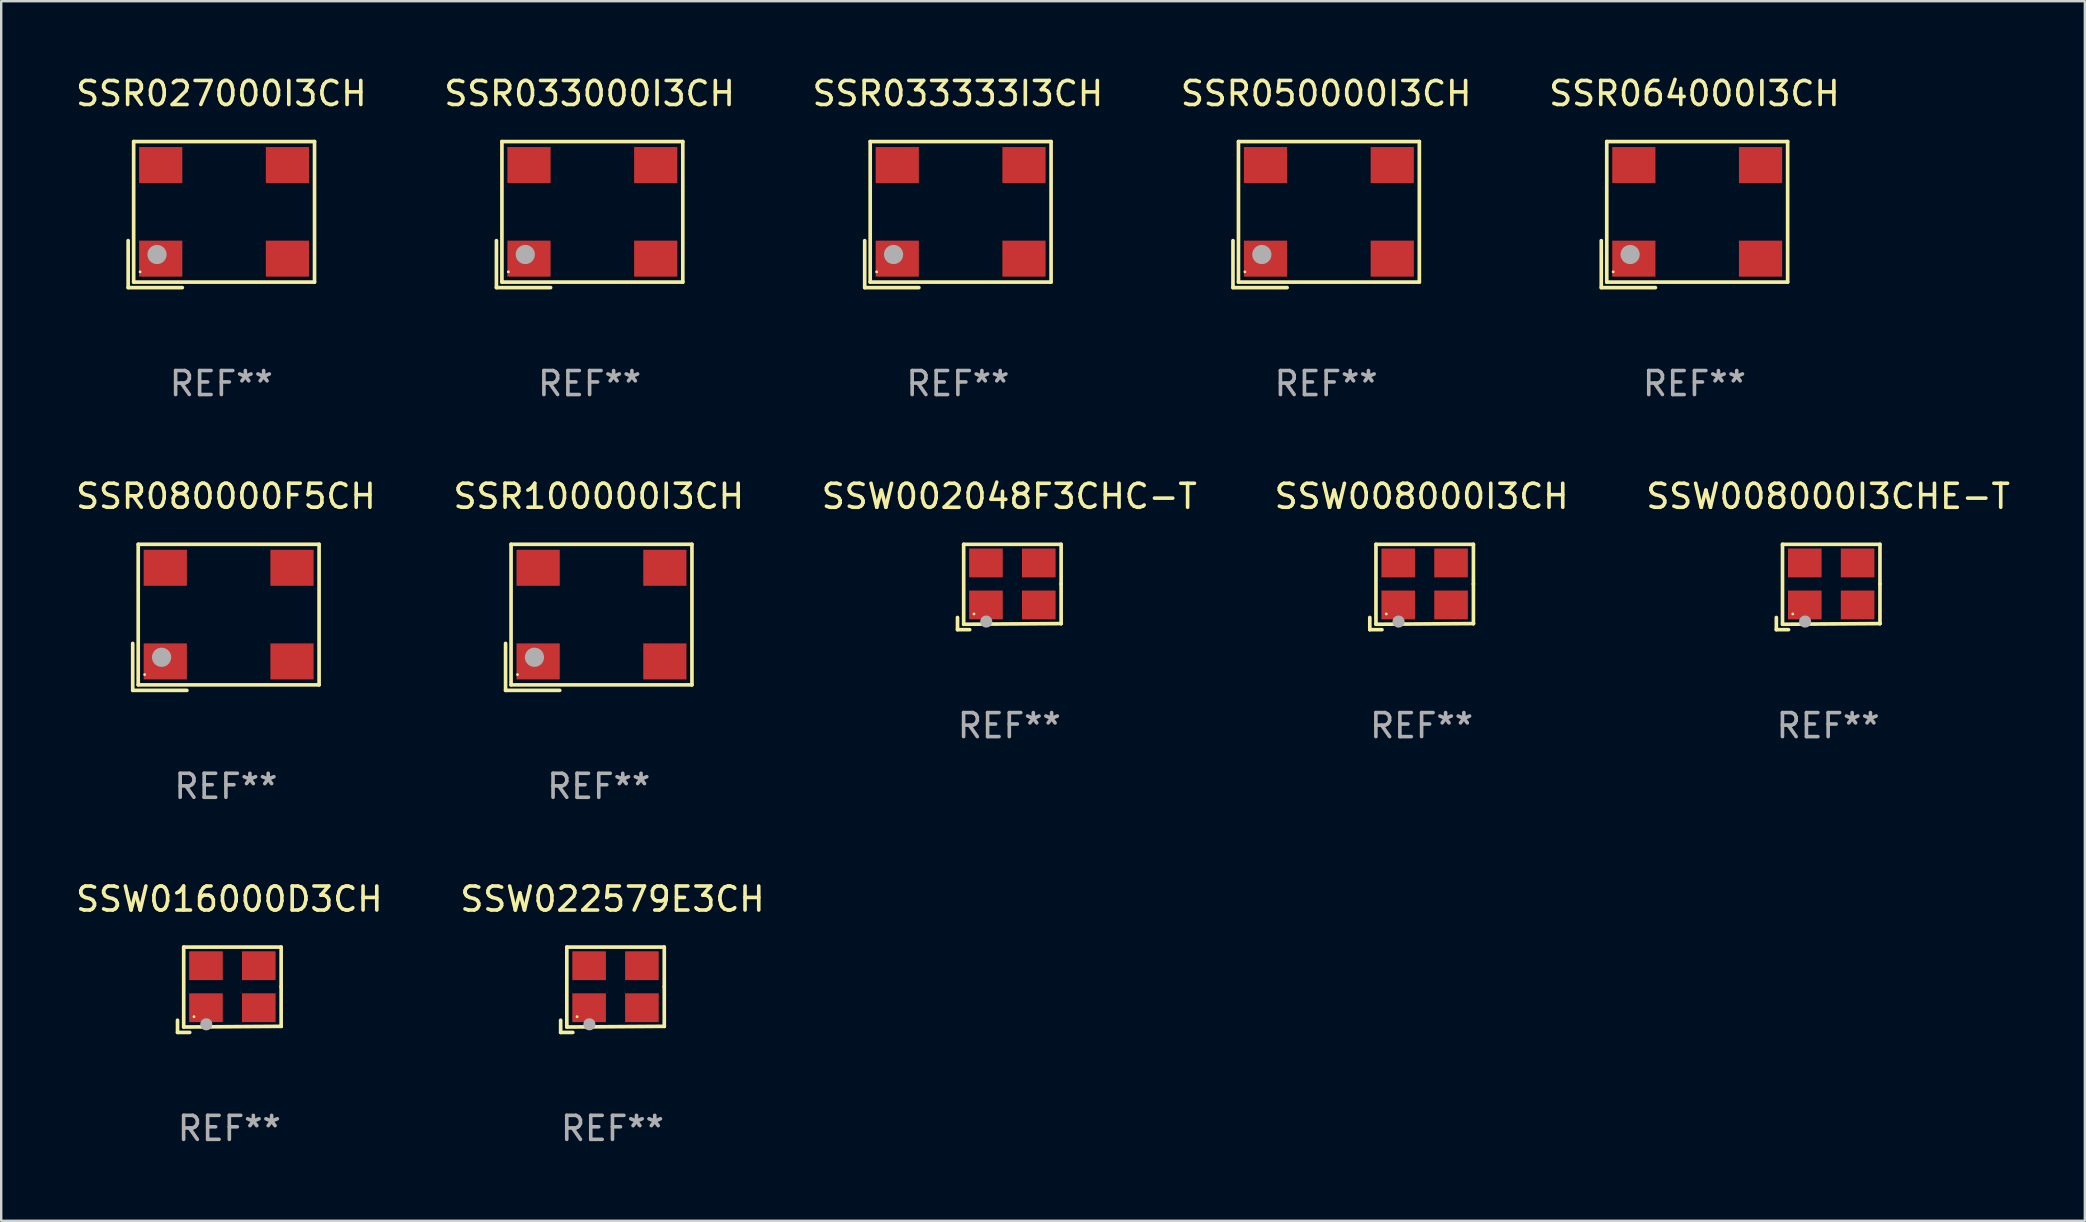
<source format=kicad_pcb>
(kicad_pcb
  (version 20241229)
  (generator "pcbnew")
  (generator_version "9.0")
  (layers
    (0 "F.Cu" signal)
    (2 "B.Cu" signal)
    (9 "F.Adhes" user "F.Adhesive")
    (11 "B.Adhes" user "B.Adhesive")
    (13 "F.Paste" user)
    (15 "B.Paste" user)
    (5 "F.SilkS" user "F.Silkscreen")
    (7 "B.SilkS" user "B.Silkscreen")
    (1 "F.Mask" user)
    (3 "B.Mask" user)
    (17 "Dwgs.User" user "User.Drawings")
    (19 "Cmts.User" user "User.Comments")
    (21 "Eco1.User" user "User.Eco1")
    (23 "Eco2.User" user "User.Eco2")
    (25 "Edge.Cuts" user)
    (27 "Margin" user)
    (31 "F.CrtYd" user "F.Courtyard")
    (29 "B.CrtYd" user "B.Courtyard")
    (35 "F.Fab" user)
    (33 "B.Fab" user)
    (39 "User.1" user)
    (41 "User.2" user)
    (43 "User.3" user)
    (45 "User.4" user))
  (footprint "SSR033000I3CH"
    (layer "F.Cu")
    (at 21.518 5.891)
    (property "Reference" "SSR033000I3CH" (at 0 -5.043 0) (layer "F.SilkS") (effects (font (size 1 1) (thickness 0.15))))
    (attr through_hole)
    (fp_line (start -3.883 1.086) (end -3.883 3.043) (stroke (width 0.152) (type solid)) (layer "F.SilkS"))
    (fp_line (start -3.883 3.043) (end -1.626 3.043) (stroke (width 0.152) (type solid)) (layer "F.SilkS"))
    (fp_line (start -3.654 -3.043) (end 3.883 -3.043) (stroke (width 0.152) (type solid)) (layer "F.SilkS"))
    (fp_line (start -3.654 2.814) (end -3.654 -3.043) (stroke (width 0.152) (type solid)) (layer "F.SilkS"))
    (fp_line (start 3.883 -3.043) (end 3.883 2.814) (stroke (width 0.152) (type solid)) (layer "F.SilkS"))
    (fp_line (start 3.883 2.814) (end -3.654 2.814) (stroke (width 0.152) (type solid)) (layer "F.SilkS"))
    (fp_circle (center -3.386 2.386) (end -3.356 2.386) (stroke (width 0.06) (type solid)) (fill no) (layer "F.SilkS"))
    (fp_circle (center -2.68 1.664) (end -2.48 1.664) (stroke (width 0.4) (type solid)) (fill no) (layer "F.Fab"))
    (fp_text user "REF**" (at 0 7.043 0) (layer "F.Fab") (effects (font (size 1 1) (thickness 0.15))))
    (pad "1" smd rect (at -2.526 1.836) (size 1.8 1.5) (layers "F.Cu" "F.Mask" "F.Paste"))
    (pad "2" smd rect (at 2.754 1.836) (size 1.8 1.5) (layers "F.Cu" "F.Mask" "F.Paste"))
    (pad "3" smd rect (at 2.754 -2.064) (size 1.8 1.5) (layers "F.Cu" "F.Mask" "F.Paste"))
    (pad "4" smd rect (at -2.526 -2.064) (size 1.8 1.5) (layers "F.Cu" "F.Mask" "F.Paste")))
  (footprint "SSW008000I3CHE-T"
    (layer "F.Cu")
    (at 73.125 21.409)
    (property "Reference" "SSW008000I3CHE-T" (at 0 -3.778 0) (layer "F.SilkS") (effects (font (size 1 1) (thickness 0.15))))
    (attr through_hole)
    (fp_line (start -2.159 1.27) (end -2.159 1.778) (stroke (width 0.152) (type solid)) (layer "F.SilkS"))
    (fp_line (start -2.159 1.778) (end -1.651 1.778) (stroke (width 0.152) (type solid)) (layer "F.SilkS"))
    (fp_line (start -1.902 -1.778) (end 2.159 -1.778) (stroke (width 0.152) (type solid)) (layer "F.SilkS"))
    (fp_line (start -1.902 1.552) (end -1.902 -1.778) (stroke (width 0.152) (type solid)) (layer "F.SilkS"))
    (fp_line (start 2.159 -1.778) (end 2.159 -0.127) (stroke (width 0.152) (type solid)) (layer "F.SilkS"))
    (fp_line (start 2.159 -0.127) (end 2.159 1.524) (stroke (width 0.152) (type solid)) (layer "F.SilkS"))
    (fp_line (start 2.159 1.524) (end -1.902 1.552) (stroke (width 0.152) (type solid)) (layer "F.SilkS"))
    (fp_line (start 2.159 1.524) (end 2.159 1.524) (stroke (width 0.152) (type solid)) (layer "F.SilkS"))
    (fp_circle (center -1.473 1.123) (end -1.443 1.123) (stroke (width 0.06) (type solid)) (fill no) (layer "F.SilkS"))
    (fp_circle (center -0.961 1.44) (end -0.834 1.44) (stroke (width 0.254) (type solid)) (fill no) (layer "F.Fab"))
    (fp_text user "REF**" (at 0 5.778 0) (layer "F.Fab") (effects (font (size 1 1) (thickness 0.15))))
    (pad "1" smd rect (at -0.973 0.748) (size 1.4 1.2) (layers "F.Cu" "F.Mask" "F.Paste"))
    (pad "2" smd rect (at 1.227 0.748) (size 1.4 1.2) (layers "F.Cu" "F.Mask" "F.Paste"))
    (pad "3" smd rect (at 1.227 -1.002) (size 1.4 1.2) (layers "F.Cu" "F.Mask" "F.Paste"))
    (pad "4" smd rect (at -0.973 -1.002) (size 1.4 1.2) (layers "F.Cu" "F.Mask" "F.Paste")))
  (footprint "SSW008000I3CH"
    (layer "F.Cu")
    (at 56.185 21.409)
    (property "Reference" "SSW008000I3CH" (at 0 -3.778 0) (layer "F.SilkS") (effects (font (size 1 1) (thickness 0.15))))
    (attr through_hole)
    (fp_line (start -2.159 1.27) (end -2.159 1.778) (stroke (width 0.152) (type solid)) (layer "F.SilkS"))
    (fp_line (start -2.159 1.778) (end -1.651 1.778) (stroke (width 0.152) (type solid)) (layer "F.SilkS"))
    (fp_line (start -1.902 -1.778) (end 2.159 -1.778) (stroke (width 0.152) (type solid)) (layer "F.SilkS"))
    (fp_line (start -1.902 1.552) (end -1.902 -1.778) (stroke (width 0.152) (type solid)) (layer "F.SilkS"))
    (fp_line (start 2.159 -1.778) (end 2.159 -0.127) (stroke (width 0.152) (type solid)) (layer "F.SilkS"))
    (fp_line (start 2.159 -0.127) (end 2.159 1.524) (stroke (width 0.152) (type solid)) (layer "F.SilkS"))
    (fp_line (start 2.159 1.524) (end -1.902 1.552) (stroke (width 0.152) (type solid)) (layer "F.SilkS"))
    (fp_line (start 2.159 1.524) (end 2.159 1.524) (stroke (width 0.152) (type solid)) (layer "F.SilkS"))
    (fp_circle (center -1.473 1.123) (end -1.443 1.123) (stroke (width 0.06) (type solid)) (fill no) (layer "F.SilkS"))
    (fp_circle (center -0.961 1.44) (end -0.834 1.44) (stroke (width 0.254) (type solid)) (fill no) (layer "F.Fab"))
    (fp_text user "REF**" (at 0 5.778 0) (layer "F.Fab") (effects (font (size 1 1) (thickness 0.15))))
    (pad "1" smd rect (at -0.973 0.748) (size 1.4 1.2) (layers "F.Cu" "F.Mask" "F.Paste"))
    (pad "2" smd rect (at 1.227 0.748) (size 1.4 1.2) (layers "F.Cu" "F.Mask" "F.Paste"))
    (pad "3" smd rect (at 1.227 -1.002) (size 1.4 1.2) (layers "F.Cu" "F.Mask" "F.Paste"))
    (pad "4" smd rect (at -0.973 -1.002) (size 1.4 1.2) (layers "F.Cu" "F.Mask" "F.Paste")))
  (footprint "SSR100000I3CH"
    (layer "F.Cu")
    (at 21.899 22.673)
    (property "Reference" "SSR100000I3CH" (at 0 -5.043 0) (layer "F.SilkS") (effects (font (size 1 1) (thickness 0.15))))
    (attr through_hole)
    (fp_line (start -3.883 1.086) (end -3.883 3.043) (stroke (width 0.152) (type solid)) (layer "F.SilkS"))
    (fp_line (start -3.883 3.043) (end -1.626 3.043) (stroke (width 0.152) (type solid)) (layer "F.SilkS"))
    (fp_line (start -3.654 -3.043) (end 3.883 -3.043) (stroke (width 0.152) (type solid)) (layer "F.SilkS"))
    (fp_line (start -3.654 2.814) (end -3.654 -3.043) (stroke (width 0.152) (type solid)) (layer "F.SilkS"))
    (fp_line (start 3.883 -3.043) (end 3.883 2.814) (stroke (width 0.152) (type solid)) (layer "F.SilkS"))
    (fp_line (start 3.883 2.814) (end -3.654 2.814) (stroke (width 0.152) (type solid)) (layer "F.SilkS"))
    (fp_circle (center -3.386 2.386) (end -3.356 2.386) (stroke (width 0.06) (type solid)) (fill no) (layer "F.SilkS"))
    (fp_circle (center -2.68 1.664) (end -2.48 1.664) (stroke (width 0.4) (type solid)) (fill no) (layer "F.Fab"))
    (fp_text user "REF**" (at 0 7.043 0) (layer "F.Fab") (effects (font (size 1 1) (thickness 0.15))))
    (pad "1" smd rect (at -2.526 1.836) (size 1.8 1.5) (layers "F.Cu" "F.Mask" "F.Paste"))
    (pad "2" smd rect (at 2.754 1.836) (size 1.8 1.5) (layers "F.Cu" "F.Mask" "F.Paste"))
    (pad "3" smd rect (at 2.754 -2.064) (size 1.8 1.5) (layers "F.Cu" "F.Mask" "F.Paste"))
    (pad "4" smd rect (at -2.526 -2.064) (size 1.8 1.5) (layers "F.Cu" "F.Mask" "F.Paste")))
  (footprint "SSW002048F3CHC-T"
    (layer "F.Cu")
    (at 39.006 21.409)
    (property "Reference" "SSW002048F3CHC-T" (at 0 -3.778 0) (layer "F.SilkS") (effects (font (size 1 1) (thickness 0.15))))
    (attr through_hole)
    (fp_line (start -2.159 1.27) (end -2.159 1.778) (stroke (width 0.152) (type solid)) (layer "F.SilkS"))
    (fp_line (start -2.159 1.778) (end -1.651 1.778) (stroke (width 0.152) (type solid)) (layer "F.SilkS"))
    (fp_line (start -1.902 -1.778) (end 2.159 -1.778) (stroke (width 0.152) (type solid)) (layer "F.SilkS"))
    (fp_line (start -1.902 1.552) (end -1.902 -1.778) (stroke (width 0.152) (type solid)) (layer "F.SilkS"))
    (fp_line (start 2.159 -1.778) (end 2.159 -0.127) (stroke (width 0.152) (type solid)) (layer "F.SilkS"))
    (fp_line (start 2.159 -0.127) (end 2.159 1.524) (stroke (width 0.152) (type solid)) (layer "F.SilkS"))
    (fp_line (start 2.159 1.524) (end -1.902 1.552) (stroke (width 0.152) (type solid)) (layer "F.SilkS"))
    (fp_line (start 2.159 1.524) (end 2.159 1.524) (stroke (width 0.152) (type solid)) (layer "F.SilkS"))
    (fp_circle (center -1.473 1.123) (end -1.443 1.123) (stroke (width 0.06) (type solid)) (fill no) (layer "F.SilkS"))
    (fp_circle (center -0.961 1.44) (end -0.834 1.44) (stroke (width 0.254) (type solid)) (fill no) (layer "F.Fab"))
    (fp_text user "REF**" (at 0 5.778 0) (layer "F.Fab") (effects (font (size 1 1) (thickness 0.15))))
    (pad "1" smd rect (at -0.973 0.748) (size 1.4 1.2) (layers "F.Cu" "F.Mask" "F.Paste"))
    (pad "2" smd rect (at 1.227 0.748) (size 1.4 1.2) (layers "F.Cu" "F.Mask" "F.Paste"))
    (pad "3" smd rect (at 1.227 -1.002) (size 1.4 1.2) (layers "F.Cu" "F.Mask" "F.Paste"))
    (pad "4" smd rect (at -0.973 -1.002) (size 1.4 1.2) (layers "F.Cu" "F.Mask" "F.Paste")))
  (footprint "SSR080000F5CH"
    (layer "F.Cu")
    (at 6.363 22.673)
    (property "Reference" "SSR080000F5CH" (at 0 -5.043 0) (layer "F.SilkS") (effects (font (size 1 1) (thickness 0.15))))
    (attr through_hole)
    (fp_line (start -3.883 1.086) (end -3.883 3.043) (stroke (width 0.152) (type solid)) (layer "F.SilkS"))
    (fp_line (start -3.883 3.043) (end -1.626 3.043) (stroke (width 0.152) (type solid)) (layer "F.SilkS"))
    (fp_line (start -3.654 -3.043) (end 3.883 -3.043) (stroke (width 0.152) (type solid)) (layer "F.SilkS"))
    (fp_line (start -3.654 2.814) (end -3.654 -3.043) (stroke (width 0.152) (type solid)) (layer "F.SilkS"))
    (fp_line (start 3.883 -3.043) (end 3.883 2.814) (stroke (width 0.152) (type solid)) (layer "F.SilkS"))
    (fp_line (start 3.883 2.814) (end -3.654 2.814) (stroke (width 0.152) (type solid)) (layer "F.SilkS"))
    (fp_circle (center -3.386 2.386) (end -3.356 2.386) (stroke (width 0.06) (type solid)) (fill no) (layer "F.SilkS"))
    (fp_circle (center -2.68 1.664) (end -2.48 1.664) (stroke (width 0.4) (type solid)) (fill no) (layer "F.Fab"))
    (fp_text user "REF**" (at 0 7.043 0) (layer "F.Fab") (effects (font (size 1 1) (thickness 0.15))))
    (pad "1" smd rect (at -2.526 1.836) (size 1.8 1.5) (layers "F.Cu" "F.Mask" "F.Paste"))
    (pad "2" smd rect (at 2.754 1.836) (size 1.8 1.5) (layers "F.Cu" "F.Mask" "F.Paste"))
    (pad "3" smd rect (at 2.754 -2.064) (size 1.8 1.5) (layers "F.Cu" "F.Mask" "F.Paste"))
    (pad "4" smd rect (at -2.526 -2.064) (size 1.8 1.5) (layers "F.Cu" "F.Mask" "F.Paste")))
  (footprint "SSR033333I3CH"
    (layer "F.Cu")
    (at 36.863 5.891)
    (property "Reference" "SSR033333I3CH" (at 0 -5.043 0) (layer "F.SilkS") (effects (font (size 1 1) (thickness 0.15))))
    (attr through_hole)
    (fp_line (start -3.883 1.086) (end -3.883 3.043) (stroke (width 0.152) (type solid)) (layer "F.SilkS"))
    (fp_line (start -3.883 3.043) (end -1.626 3.043) (stroke (width 0.152) (type solid)) (layer "F.SilkS"))
    (fp_line (start -3.654 -3.043) (end 3.883 -3.043) (stroke (width 0.152) (type solid)) (layer "F.SilkS"))
    (fp_line (start -3.654 2.814) (end -3.654 -3.043) (stroke (width 0.152) (type solid)) (layer "F.SilkS"))
    (fp_line (start 3.883 -3.043) (end 3.883 2.814) (stroke (width 0.152) (type solid)) (layer "F.SilkS"))
    (fp_line (start 3.883 2.814) (end -3.654 2.814) (stroke (width 0.152) (type solid)) (layer "F.SilkS"))
    (fp_circle (center -3.386 2.386) (end -3.356 2.386) (stroke (width 0.06) (type solid)) (fill no) (layer "F.SilkS"))
    (fp_circle (center -2.68 1.664) (end -2.48 1.664) (stroke (width 0.4) (type solid)) (fill no) (layer "F.Fab"))
    (fp_text user "REF**" (at 0 7.043 0) (layer "F.Fab") (effects (font (size 1 1) (thickness 0.15))))
    (pad "1" smd rect (at -2.526 1.836) (size 1.8 1.5) (layers "F.Cu" "F.Mask" "F.Paste"))
    (pad "2" smd rect (at 2.754 1.836) (size 1.8 1.5) (layers "F.Cu" "F.Mask" "F.Paste"))
    (pad "3" smd rect (at 2.754 -2.064) (size 1.8 1.5) (layers "F.Cu" "F.Mask" "F.Paste"))
    (pad "4" smd rect (at -2.526 -2.064) (size 1.8 1.5) (layers "F.Cu" "F.Mask" "F.Paste")))
  (footprint "SSW022579E3CH"
    (layer "F.Cu")
    (at 22.47 38.191)
    (property "Reference" "SSW022579E3CH" (at 0 -3.778 0) (layer "F.SilkS") (effects (font (size 1 1) (thickness 0.15))))
    (attr through_hole)
    (fp_line (start -2.159 1.27) (end -2.159 1.778) (stroke (width 0.152) (type solid)) (layer "F.SilkS"))
    (fp_line (start -2.159 1.778) (end -1.651 1.778) (stroke (width 0.152) (type solid)) (layer "F.SilkS"))
    (fp_line (start -1.902 -1.778) (end 2.159 -1.778) (stroke (width 0.152) (type solid)) (layer "F.SilkS"))
    (fp_line (start -1.902 1.552) (end -1.902 -1.778) (stroke (width 0.152) (type solid)) (layer "F.SilkS"))
    (fp_line (start 2.159 -1.778) (end 2.159 -0.127) (stroke (width 0.152) (type solid)) (layer "F.SilkS"))
    (fp_line (start 2.159 -0.127) (end 2.159 1.524) (stroke (width 0.152) (type solid)) (layer "F.SilkS"))
    (fp_line (start 2.159 1.524) (end -1.902 1.552) (stroke (width 0.152) (type solid)) (layer "F.SilkS"))
    (fp_line (start 2.159 1.524) (end 2.159 1.524) (stroke (width 0.152) (type solid)) (layer "F.SilkS"))
    (fp_circle (center -1.473 1.123) (end -1.443 1.123) (stroke (width 0.06) (type solid)) (fill no) (layer "F.SilkS"))
    (fp_circle (center -0.961 1.44) (end -0.834 1.44) (stroke (width 0.254) (type solid)) (fill no) (layer "F.Fab"))
    (fp_text user "REF**" (at 0 5.778 0) (layer "F.Fab") (effects (font (size 1 1) (thickness 0.15))))
    (pad "1" smd rect (at -0.973 0.748) (size 1.4 1.2) (layers "F.Cu" "F.Mask" "F.Paste"))
    (pad "2" smd rect (at 1.227 0.748) (size 1.4 1.2) (layers "F.Cu" "F.Mask" "F.Paste"))
    (pad "3" smd rect (at 1.227 -1.002) (size 1.4 1.2) (layers "F.Cu" "F.Mask" "F.Paste"))
    (pad "4" smd rect (at -0.973 -1.002) (size 1.4 1.2) (layers "F.Cu" "F.Mask" "F.Paste")))
  (footprint "SSW016000D3CH"
    (layer "F.Cu")
    (at 6.506 38.191)
    (property "Reference" "SSW016000D3CH" (at 0 -3.778 0) (layer "F.SilkS") (effects (font (size 1 1) (thickness 0.15))))
    (attr through_hole)
    (fp_line (start -2.159 1.27) (end -2.159 1.778) (stroke (width 0.152) (type solid)) (layer "F.SilkS"))
    (fp_line (start -2.159 1.778) (end -1.651 1.778) (stroke (width 0.152) (type solid)) (layer "F.SilkS"))
    (fp_line (start -1.902 -1.778) (end 2.159 -1.778) (stroke (width 0.152) (type solid)) (layer "F.SilkS"))
    (fp_line (start -1.902 1.552) (end -1.902 -1.778) (stroke (width 0.152) (type solid)) (layer "F.SilkS"))
    (fp_line (start 2.159 -1.778) (end 2.159 -0.127) (stroke (width 0.152) (type solid)) (layer "F.SilkS"))
    (fp_line (start 2.159 -0.127) (end 2.159 1.524) (stroke (width 0.152) (type solid)) (layer "F.SilkS"))
    (fp_line (start 2.159 1.524) (end -1.902 1.552) (stroke (width 0.152) (type solid)) (layer "F.SilkS"))
    (fp_line (start 2.159 1.524) (end 2.159 1.524) (stroke (width 0.152) (type solid)) (layer "F.SilkS"))
    (fp_circle (center -1.473 1.123) (end -1.443 1.123) (stroke (width 0.06) (type solid)) (fill no) (layer "F.SilkS"))
    (fp_circle (center -0.961 1.44) (end -0.834 1.44) (stroke (width 0.254) (type solid)) (fill no) (layer "F.Fab"))
    (fp_text user "REF**" (at 0 5.778 0) (layer "F.Fab") (effects (font (size 1 1) (thickness 0.15))))
    (pad "1" smd rect (at -0.973 0.748) (size 1.4 1.2) (layers "F.Cu" "F.Mask" "F.Paste"))
    (pad "2" smd rect (at 1.227 0.748) (size 1.4 1.2) (layers "F.Cu" "F.Mask" "F.Paste"))
    (pad "3" smd rect (at 1.227 -1.002) (size 1.4 1.2) (layers "F.Cu" "F.Mask" "F.Paste"))
    (pad "4" smd rect (at -0.973 -1.002) (size 1.4 1.2) (layers "F.Cu" "F.Mask" "F.Paste")))
  (footprint "SSR064000I3CH"
    (layer "F.Cu")
    (at 67.554 5.891)
    (property "Reference" "SSR064000I3CH" (at 0 -5.043 0) (layer "F.SilkS") (effects (font (size 1 1) (thickness 0.15))))
    (attr through_hole)
    (fp_line (start -3.883 1.086) (end -3.883 3.043) (stroke (width 0.152) (type solid)) (layer "F.SilkS"))
    (fp_line (start -3.883 3.043) (end -1.626 3.043) (stroke (width 0.152) (type solid)) (layer "F.SilkS"))
    (fp_line (start -3.654 -3.043) (end 3.883 -3.043) (stroke (width 0.152) (type solid)) (layer "F.SilkS"))
    (fp_line (start -3.654 2.814) (end -3.654 -3.043) (stroke (width 0.152) (type solid)) (layer "F.SilkS"))
    (fp_line (start 3.883 -3.043) (end 3.883 2.814) (stroke (width 0.152) (type solid)) (layer "F.SilkS"))
    (fp_line (start 3.883 2.814) (end -3.654 2.814) (stroke (width 0.152) (type solid)) (layer "F.SilkS"))
    (fp_circle (center -3.386 2.386) (end -3.356 2.386) (stroke (width 0.06) (type solid)) (fill no) (layer "F.SilkS"))
    (fp_circle (center -2.68 1.664) (end -2.48 1.664) (stroke (width 0.4) (type solid)) (fill no) (layer "F.Fab"))
    (fp_text user "REF**" (at 0 7.043 0) (layer "F.Fab") (effects (font (size 1 1) (thickness 0.15))))
    (pad "1" smd rect (at -2.526 1.836) (size 1.8 1.5) (layers "F.Cu" "F.Mask" "F.Paste"))
    (pad "2" smd rect (at 2.754 1.836) (size 1.8 1.5) (layers "F.Cu" "F.Mask" "F.Paste"))
    (pad "3" smd rect (at 2.754 -2.064) (size 1.8 1.5) (layers "F.Cu" "F.Mask" "F.Paste"))
    (pad "4" smd rect (at -2.526 -2.064) (size 1.8 1.5) (layers "F.Cu" "F.Mask" "F.Paste")))
  (footprint "SSR027000I3CH"
    (layer "F.Cu")
    (at 6.173 5.891)
    (property "Reference" "SSR027000I3CH" (at 0 -5.043 0) (layer "F.SilkS") (effects (font (size 1 1) (thickness 0.15))))
    (attr through_hole)
    (fp_line (start -3.883 1.086) (end -3.883 3.043) (stroke (width 0.152) (type solid)) (layer "F.SilkS"))
    (fp_line (start -3.883 3.043) (end -1.626 3.043) (stroke (width 0.152) (type solid)) (layer "F.SilkS"))
    (fp_line (start -3.654 -3.043) (end 3.883 -3.043) (stroke (width 0.152) (type solid)) (layer "F.SilkS"))
    (fp_line (start -3.654 2.814) (end -3.654 -3.043) (stroke (width 0.152) (type solid)) (layer "F.SilkS"))
    (fp_line (start 3.883 -3.043) (end 3.883 2.814) (stroke (width 0.152) (type solid)) (layer "F.SilkS"))
    (fp_line (start 3.883 2.814) (end -3.654 2.814) (stroke (width 0.152) (type solid)) (layer "F.SilkS"))
    (fp_circle (center -3.386 2.386) (end -3.356 2.386) (stroke (width 0.06) (type solid)) (fill no) (layer "F.SilkS"))
    (fp_circle (center -2.68 1.664) (end -2.48 1.664) (stroke (width 0.4) (type solid)) (fill no) (layer "F.Fab"))
    (fp_text user "REF**" (at 0 7.043 0) (layer "F.Fab") (effects (font (size 1 1) (thickness 0.15))))
    (pad "1" smd rect (at -2.526 1.836) (size 1.8 1.5) (layers "F.Cu" "F.Mask" "F.Paste"))
    (pad "2" smd rect (at 2.754 1.836) (size 1.8 1.5) (layers "F.Cu" "F.Mask" "F.Paste"))
    (pad "3" smd rect (at 2.754 -2.064) (size 1.8 1.5) (layers "F.Cu" "F.Mask" "F.Paste"))
    (pad "4" smd rect (at -2.526 -2.064) (size 1.8 1.5) (layers "F.Cu" "F.Mask" "F.Paste")))
  (footprint "SSR050000I3CH"
    (layer "F.Cu")
    (at 52.208 5.891)
    (property "Reference" "SSR050000I3CH" (at 0 -5.043 0) (layer "F.SilkS") (effects (font (size 1 1) (thickness 0.15))))
    (attr through_hole)
    (fp_line (start -3.883 1.086) (end -3.883 3.043) (stroke (width 0.152) (type solid)) (layer "F.SilkS"))
    (fp_line (start -3.883 3.043) (end -1.626 3.043) (stroke (width 0.152) (type solid)) (layer "F.SilkS"))
    (fp_line (start -3.654 -3.043) (end 3.883 -3.043) (stroke (width 0.152) (type solid)) (layer "F.SilkS"))
    (fp_line (start -3.654 2.814) (end -3.654 -3.043) (stroke (width 0.152) (type solid)) (layer "F.SilkS"))
    (fp_line (start 3.883 -3.043) (end 3.883 2.814) (stroke (width 0.152) (type solid)) (layer "F.SilkS"))
    (fp_line (start 3.883 2.814) (end -3.654 2.814) (stroke (width 0.152) (type solid)) (layer "F.SilkS"))
    (fp_circle (center -3.386 2.386) (end -3.356 2.386) (stroke (width 0.06) (type solid)) (fill no) (layer "F.SilkS"))
    (fp_circle (center -2.68 1.664) (end -2.48 1.664) (stroke (width 0.4) (type solid)) (fill no) (layer "F.Fab"))
    (fp_text user "REF**" (at 0 7.043 0) (layer "F.Fab") (effects (font (size 1 1) (thickness 0.15))))
    (pad "1" smd rect (at -2.526 1.836) (size 1.8 1.5) (layers "F.Cu" "F.Mask" "F.Paste"))
    (pad "2" smd rect (at 2.754 1.836) (size 1.8 1.5) (layers "F.Cu" "F.Mask" "F.Paste"))
    (pad "3" smd rect (at 2.754 -2.064) (size 1.8 1.5) (layers "F.Cu" "F.Mask" "F.Paste"))
    (pad "4" smd rect (at -2.526 -2.064) (size 1.8 1.5) (layers "F.Cu" "F.Mask" "F.Paste")))
  (gr_rect
    (start -3 -3)
    (end 83.821 47.817)
    (stroke (width 0.1) (type default))
    (fill no)
    (layer "Edge.Cuts")))
</source>
